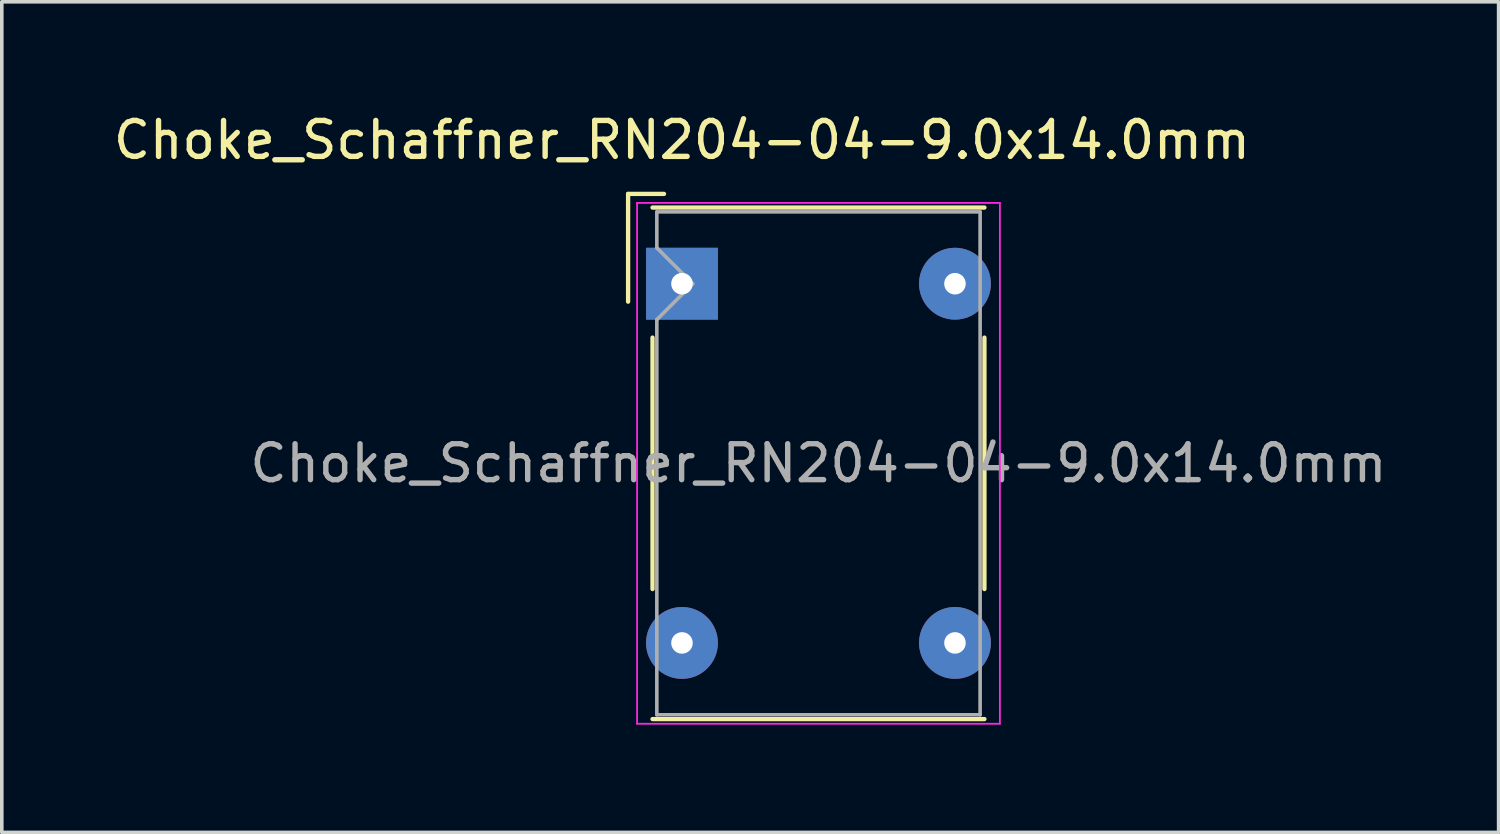
<source format=kicad_pcb>
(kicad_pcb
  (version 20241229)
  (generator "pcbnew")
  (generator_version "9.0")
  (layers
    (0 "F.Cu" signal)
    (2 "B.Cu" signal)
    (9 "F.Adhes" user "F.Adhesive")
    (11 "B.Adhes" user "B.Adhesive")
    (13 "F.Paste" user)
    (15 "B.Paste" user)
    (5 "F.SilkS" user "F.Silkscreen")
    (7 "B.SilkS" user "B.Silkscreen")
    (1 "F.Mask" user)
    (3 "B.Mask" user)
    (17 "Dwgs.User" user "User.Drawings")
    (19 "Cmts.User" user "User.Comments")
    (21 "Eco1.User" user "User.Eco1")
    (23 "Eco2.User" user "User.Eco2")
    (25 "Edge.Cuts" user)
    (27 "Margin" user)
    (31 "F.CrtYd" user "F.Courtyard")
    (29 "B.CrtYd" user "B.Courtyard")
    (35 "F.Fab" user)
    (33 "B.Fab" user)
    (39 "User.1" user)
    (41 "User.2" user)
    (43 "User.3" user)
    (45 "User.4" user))
  (footprint "Choke_Schaffner_RN204-04-9.0x14.0mm"
    (layer "F.Cu")
    (at 15.935 4.848)
    (property "Reference" "Choke_Schaffner_RN204-04-9.0x14.0mm" (at 0 -4 0) (layer "F.SilkS") (effects (font (size 1 1) (thickness 0.15))))
    (attr through_hole)
    (fp_line (start -1.5 -2.5) (end -1.5 0.5) (stroke (width 0.12) (type solid)) (layer "F.SilkS"))
    (fp_line (start -1.5 -2.5) (end -0.5 -2.5) (stroke (width 0.12) (type solid)) (layer "F.SilkS"))
    (fp_line (start -0.82 -2.12) (end 8.42 -2.12) (stroke (width 0.12) (type solid)) (layer "F.SilkS"))
    (fp_line (start -0.82 1.5) (end -0.82 8.5) (stroke (width 0.12) (type solid)) (layer "F.SilkS"))
    (fp_line (start 8.42 1.5) (end 8.42 8.5) (stroke (width 0.12) (type solid)) (layer "F.SilkS"))
    (fp_line (start 8.42 12.12) (end -0.82 12.12) (stroke (width 0.12) (type solid)) (layer "F.SilkS"))
    (fp_line (start -1.25 -2.25) (end -1.25 12.25) (stroke (width 0.05) (type solid)) (layer "F.CrtYd"))
    (fp_line (start -1.25 12.25) (end 8.85 12.25) (stroke (width 0.05) (type solid)) (layer "F.CrtYd"))
    (fp_line (start 8.85 -2.25) (end -1.25 -2.25) (stroke (width 0.05) (type solid)) (layer "F.CrtYd"))
    (fp_line (start 8.85 12.25) (end 8.85 -2.25) (stroke (width 0.05) (type solid)) (layer "F.CrtYd"))
    (fp_line (start -0.7 -2) (end 8.3 -2) (stroke (width 0.1) (type solid)) (layer "F.Fab"))
    (fp_line (start -0.7 -1) (end -0.7 -2) (stroke (width 0.1) (type solid)) (layer "F.Fab"))
    (fp_line (start -0.7 1) (end 0.3 0) (stroke (width 0.1) (type solid)) (layer "F.Fab"))
    (fp_line (start -0.7 12) (end -0.7 1) (stroke (width 0.1) (type solid)) (layer "F.Fab"))
    (fp_line (start 0.3 0) (end -0.7 -1) (stroke (width 0.1) (type solid)) (layer "F.Fab"))
    (fp_line (start 8.3 -2) (end 8.3 12) (stroke (width 0.1) (type solid)) (layer "F.Fab"))
    (fp_line (start 8.3 12) (end -0.7 12) (stroke (width 0.1) (type solid)) (layer "F.Fab"))
    (fp_text user "${REFERENCE}" (at 3.8 5 0) (layer "F.Fab") (effects (font (size 1 1) (thickness 0.15))))
    (pad "1" thru_hole rect (at 0 0) (size 2 2) (drill 0.6) (layers "*.Cu" "*.Mask"))
    (pad "2" thru_hole circle (at 7.6 0) (size 2 2) (drill 0.6) (layers "*.Cu" "*.Mask"))
    (pad "3" thru_hole circle (at 0 10) (size 2 2) (drill 0.6) (layers "*.Cu" "*.Mask"))
    (pad "4" thru_hole circle (at 7.6 10) (size 2 2) (drill 0.6) (layers "*.Cu" "*.Mask")))
  (gr_rect
    (start -3 -3)
    (end 38.669 20.123)
    (stroke (width 0.1) (type default))
    (fill no)
    (layer "Edge.Cuts")))
</source>
